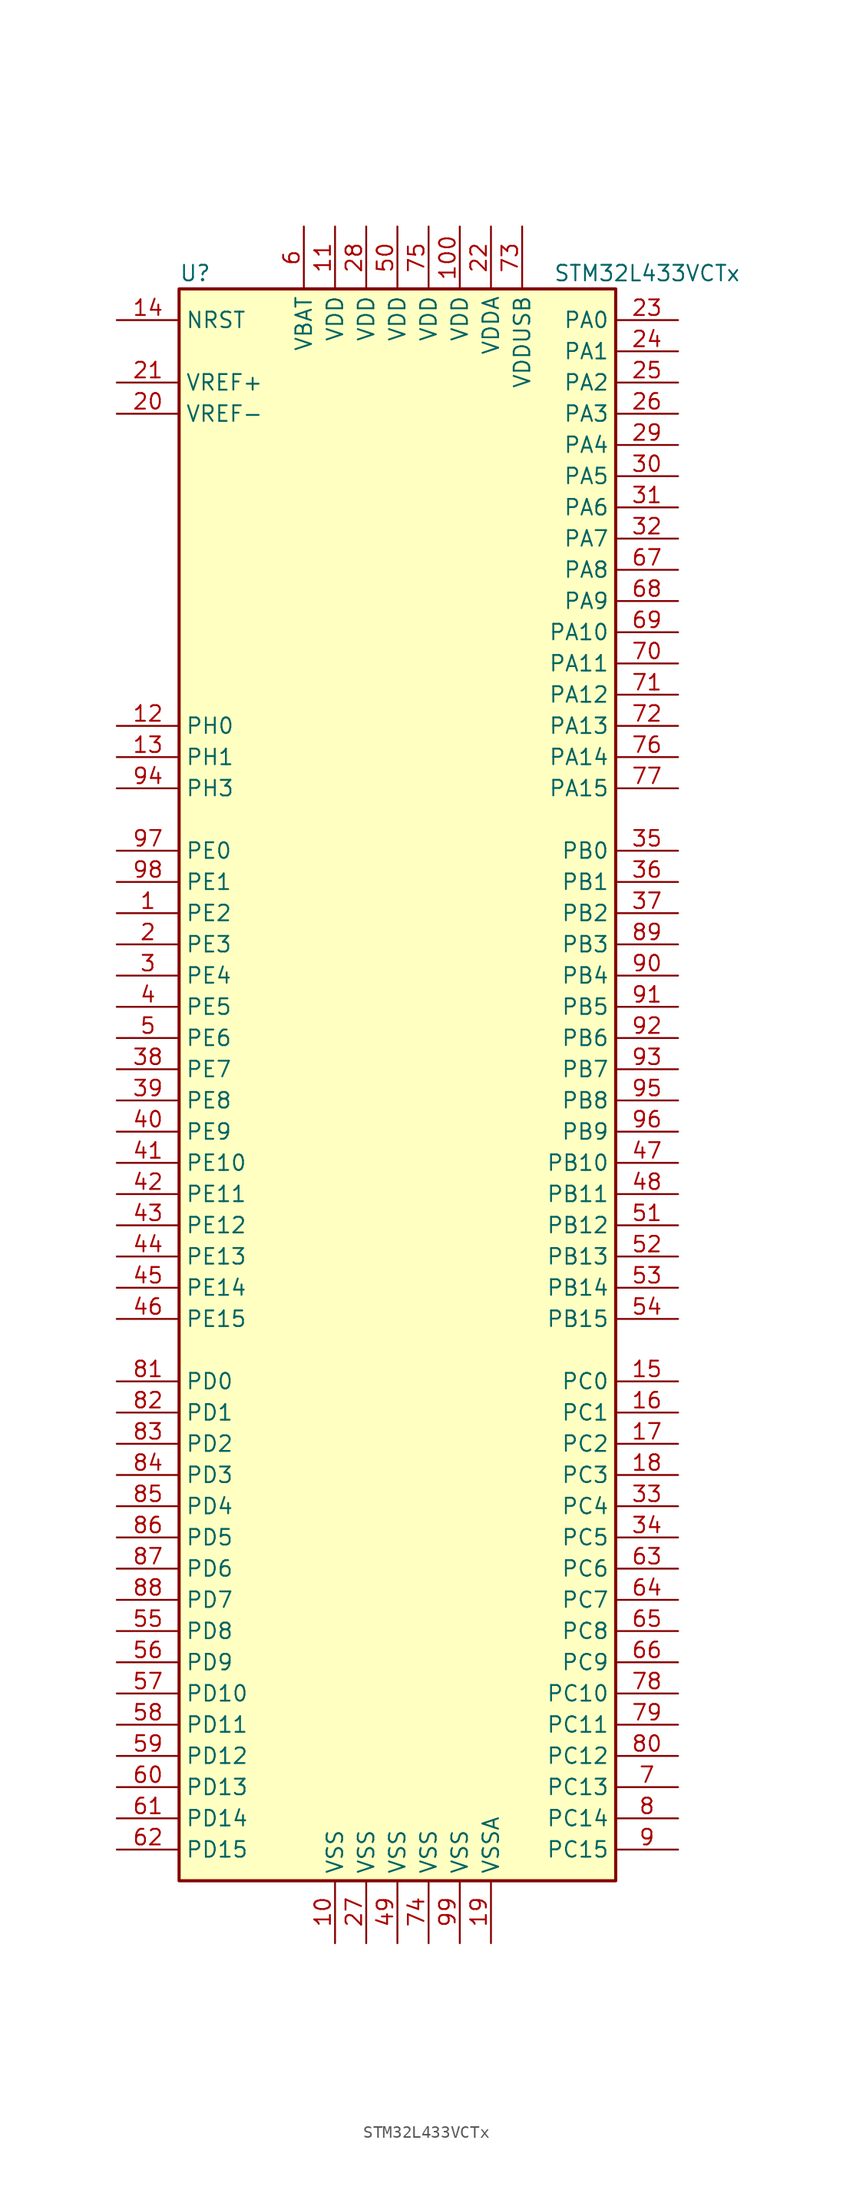
<source format=kicad_sym>
(kicad_symbol_lib
  (version 20201005)
  (generator kicad_symbol_editor)
  (symbol "MCU_ST_STM32L4:STM32L433VCTx"
    (property "Reference" "U"
      (at -17.78 64.77 0)
      (effects (font (size 1.27 1.27)) (justify left)))
    (property "Value" "STM32L433VCTx"
      (at 12.7 64.77 0)
      (effects (font (size 1.27 1.27)) (justify left)))
    (symbol "STM32L433VCTx_0_1"
      (rectangle (start -17.78 -66.04) (end 17.78 63.5) (stroke (width 0.254)) (fill (type background))))
    (symbol "STM32L433VCTx_1_1"
      (pin bidirectional line (at -22.86 12.7 0) (length 5.08) (name "PE2" (effects (font (size 1.27 1.27)))) (number "1" (effects (font (size 1.27 1.27)))))
      (pin power_in line (at -5.08 -71.12 90) (length 5.08) (name "VSS" (effects (font (size 1.27 1.27)))) (number "10" (effects (font (size 1.27 1.27)))))
      (pin power_in line (at 5.08 68.58 270) (length 5.08) (name "VDD" (effects (font (size 1.27 1.27)))) (number "100" (effects (font (size 1.27 1.27)))))
      (pin power_in line (at -5.08 68.58 270) (length 5.08) (name "VDD" (effects (font (size 1.27 1.27)))) (number "11" (effects (font (size 1.27 1.27)))))
      (pin input line (at -22.86 27.94 0) (length 5.08) (name "PH0" (effects (font (size 1.27 1.27)))) (number "12" (effects (font (size 1.27 1.27)))))
      (pin input line (at -22.86 25.4 0) (length 5.08) (name "PH1" (effects (font (size 1.27 1.27)))) (number "13" (effects (font (size 1.27 1.27)))))
      (pin input line (at -22.86 60.96 0) (length 5.08) (name "NRST" (effects (font (size 1.27 1.27)))) (number "14" (effects (font (size 1.27 1.27)))))
      (pin bidirectional line (at 22.86 -25.4 180) (length 5.08) (name "PC0" (effects (font (size 1.27 1.27)))) (number "15" (effects (font (size 1.27 1.27)))))
      (pin bidirectional line (at 22.86 -27.94 180) (length 5.08) (name "PC1" (effects (font (size 1.27 1.27)))) (number "16" (effects (font (size 1.27 1.27)))))
      (pin bidirectional line (at 22.86 -30.48 180) (length 5.08) (name "PC2" (effects (font (size 1.27 1.27)))) (number "17" (effects (font (size 1.27 1.27)))))
      (pin bidirectional line (at 22.86 -33.02 180) (length 5.08) (name "PC3" (effects (font (size 1.27 1.27)))) (number "18" (effects (font (size 1.27 1.27)))))
      (pin power_in line (at 7.62 -71.12 90) (length 5.08) (name "VSSA" (effects (font (size 1.27 1.27)))) (number "19" (effects (font (size 1.27 1.27)))))
      (pin bidirectional line (at -22.86 10.16 0) (length 5.08) (name "PE3" (effects (font (size 1.27 1.27)))) (number "2" (effects (font (size 1.27 1.27)))))
      (pin power_in line (at -22.86 53.34 0) (length 5.08) (name "VREF-" (effects (font (size 1.27 1.27)))) (number "20" (effects (font (size 1.27 1.27)))))
      (pin bidirectional line (at -22.86 55.88 0) (length 5.08) (name "VREF+" (effects (font (size 1.27 1.27)))) (number "21" (effects (font (size 1.27 1.27)))))
      (pin power_in line (at 7.62 68.58 270) (length 5.08) (name "VDDA" (effects (font (size 1.27 1.27)))) (number "22" (effects (font (size 1.27 1.27)))))
      (pin bidirectional line (at 22.86 60.96 180) (length 5.08) (name "PA0" (effects (font (size 1.27 1.27)))) (number "23" (effects (font (size 1.27 1.27)))))
      (pin bidirectional line (at 22.86 58.42 180) (length 5.08) (name "PA1" (effects (font (size 1.27 1.27)))) (number "24" (effects (font (size 1.27 1.27)))))
      (pin bidirectional line (at 22.86 55.88 180) (length 5.08) (name "PA2" (effects (font (size 1.27 1.27)))) (number "25" (effects (font (size 1.27 1.27)))))
      (pin bidirectional line (at 22.86 53.34 180) (length 5.08) (name "PA3" (effects (font (size 1.27 1.27)))) (number "26" (effects (font (size 1.27 1.27)))))
      (pin power_in line (at -2.54 -71.12 90) (length 5.08) (name "VSS" (effects (font (size 1.27 1.27)))) (number "27" (effects (font (size 1.27 1.27)))))
      (pin power_in line (at -2.54 68.58 270) (length 5.08) (name "VDD" (effects (font (size 1.27 1.27)))) (number "28" (effects (font (size 1.27 1.27)))))
      (pin bidirectional line (at 22.86 50.8 180) (length 5.08) (name "PA4" (effects (font (size 1.27 1.27)))) (number "29" (effects (font (size 1.27 1.27)))))
      (pin bidirectional line (at -22.86 7.62 0) (length 5.08) (name "PE4" (effects (font (size 1.27 1.27)))) (number "3" (effects (font (size 1.27 1.27)))))
      (pin bidirectional line (at 22.86 48.26 180) (length 5.08) (name "PA5" (effects (font (size 1.27 1.27)))) (number "30" (effects (font (size 1.27 1.27)))))
      (pin bidirectional line (at 22.86 45.72 180) (length 5.08) (name "PA6" (effects (font (size 1.27 1.27)))) (number "31" (effects (font (size 1.27 1.27)))))
      (pin bidirectional line (at 22.86 43.18 180) (length 5.08) (name "PA7" (effects (font (size 1.27 1.27)))) (number "32" (effects (font (size 1.27 1.27)))))
      (pin bidirectional line (at 22.86 -35.56 180) (length 5.08) (name "PC4" (effects (font (size 1.27 1.27)))) (number "33" (effects (font (size 1.27 1.27)))))
      (pin bidirectional line (at 22.86 -38.1 180) (length 5.08) (name "PC5" (effects (font (size 1.27 1.27)))) (number "34" (effects (font (size 1.27 1.27)))))
      (pin bidirectional line (at 22.86 17.78 180) (length 5.08) (name "PB0" (effects (font (size 1.27 1.27)))) (number "35" (effects (font (size 1.27 1.27)))))
      (pin bidirectional line (at 22.86 15.24 180) (length 5.08) (name "PB1" (effects (font (size 1.27 1.27)))) (number "36" (effects (font (size 1.27 1.27)))))
      (pin bidirectional line (at 22.86 12.7 180) (length 5.08) (name "PB2" (effects (font (size 1.27 1.27)))) (number "37" (effects (font (size 1.27 1.27)))))
      (pin bidirectional line (at -22.86 0 0) (length 5.08) (name "PE7" (effects (font (size 1.27 1.27)))) (number "38" (effects (font (size 1.27 1.27)))))
      (pin bidirectional line (at -22.86 -2.54 0) (length 5.08) (name "PE8" (effects (font (size 1.27 1.27)))) (number "39" (effects (font (size 1.27 1.27)))))
      (pin bidirectional line (at -22.86 5.08 0) (length 5.08) (name "PE5" (effects (font (size 1.27 1.27)))) (number "4" (effects (font (size 1.27 1.27)))))
      (pin bidirectional line (at -22.86 -5.08 0) (length 5.08) (name "PE9" (effects (font (size 1.27 1.27)))) (number "40" (effects (font (size 1.27 1.27)))))
      (pin bidirectional line (at -22.86 -7.62 0) (length 5.08) (name "PE10" (effects (font (size 1.27 1.27)))) (number "41" (effects (font (size 1.27 1.27)))))
      (pin bidirectional line (at -22.86 -10.16 0) (length 5.08) (name "PE11" (effects (font (size 1.27 1.27)))) (number "42" (effects (font (size 1.27 1.27)))))
      (pin bidirectional line (at -22.86 -12.7 0) (length 5.08) (name "PE12" (effects (font (size 1.27 1.27)))) (number "43" (effects (font (size 1.27 1.27)))))
      (pin bidirectional line (at -22.86 -15.24 0) (length 5.08) (name "PE13" (effects (font (size 1.27 1.27)))) (number "44" (effects (font (size 1.27 1.27)))))
      (pin bidirectional line (at -22.86 -17.78 0) (length 5.08) (name "PE14" (effects (font (size 1.27 1.27)))) (number "45" (effects (font (size 1.27 1.27)))))
      (pin bidirectional line (at -22.86 -20.32 0) (length 5.08) (name "PE15" (effects (font (size 1.27 1.27)))) (number "46" (effects (font (size 1.27 1.27)))))
      (pin bidirectional line (at 22.86 -7.62 180) (length 5.08) (name "PB10" (effects (font (size 1.27 1.27)))) (number "47" (effects (font (size 1.27 1.27)))))
      (pin bidirectional line (at 22.86 -10.16 180) (length 5.08) (name "PB11" (effects (font (size 1.27 1.27)))) (number "48" (effects (font (size 1.27 1.27)))))
      (pin power_in line (at 0 -71.12 90) (length 5.08) (name "VSS" (effects (font (size 1.27 1.27)))) (number "49" (effects (font (size 1.27 1.27)))))
      (pin bidirectional line (at -22.86 2.54 0) (length 5.08) (name "PE6" (effects (font (size 1.27 1.27)))) (number "5" (effects (font (size 1.27 1.27)))))
      (pin power_in line (at 0 68.58 270) (length 5.08) (name "VDD" (effects (font (size 1.27 1.27)))) (number "50" (effects (font (size 1.27 1.27)))))
      (pin bidirectional line (at 22.86 -12.7 180) (length 5.08) (name "PB12" (effects (font (size 1.27 1.27)))) (number "51" (effects (font (size 1.27 1.27)))))
      (pin bidirectional line (at 22.86 -15.24 180) (length 5.08) (name "PB13" (effects (font (size 1.27 1.27)))) (number "52" (effects (font (size 1.27 1.27)))))
      (pin bidirectional line (at 22.86 -17.78 180) (length 5.08) (name "PB14" (effects (font (size 1.27 1.27)))) (number "53" (effects (font (size 1.27 1.27)))))
      (pin bidirectional line (at 22.86 -20.32 180) (length 5.08) (name "PB15" (effects (font (size 1.27 1.27)))) (number "54" (effects (font (size 1.27 1.27)))))
      (pin bidirectional line (at -22.86 -45.72 0) (length 5.08) (name "PD8" (effects (font (size 1.27 1.27)))) (number "55" (effects (font (size 1.27 1.27)))))
      (pin bidirectional line (at -22.86 -48.26 0) (length 5.08) (name "PD9" (effects (font (size 1.27 1.27)))) (number "56" (effects (font (size 1.27 1.27)))))
      (pin bidirectional line (at -22.86 -50.8 0) (length 5.08) (name "PD10" (effects (font (size 1.27 1.27)))) (number "57" (effects (font (size 1.27 1.27)))))
      (pin bidirectional line (at -22.86 -53.34 0) (length 5.08) (name "PD11" (effects (font (size 1.27 1.27)))) (number "58" (effects (font (size 1.27 1.27)))))
      (pin bidirectional line (at -22.86 -55.88 0) (length 5.08) (name "PD12" (effects (font (size 1.27 1.27)))) (number "59" (effects (font (size 1.27 1.27)))))
      (pin power_in line (at -7.62 68.58 270) (length 5.08) (name "VBAT" (effects (font (size 1.27 1.27)))) (number "6" (effects (font (size 1.27 1.27)))))
      (pin bidirectional line (at -22.86 -58.42 0) (length 5.08) (name "PD13" (effects (font (size 1.27 1.27)))) (number "60" (effects (font (size 1.27 1.27)))))
      (pin bidirectional line (at -22.86 -60.96 0) (length 5.08) (name "PD14" (effects (font (size 1.27 1.27)))) (number "61" (effects (font (size 1.27 1.27)))))
      (pin bidirectional line (at -22.86 -63.5 0) (length 5.08) (name "PD15" (effects (font (size 1.27 1.27)))) (number "62" (effects (font (size 1.27 1.27)))))
      (pin bidirectional line (at 22.86 -40.64 180) (length 5.08) (name "PC6" (effects (font (size 1.27 1.27)))) (number "63" (effects (font (size 1.27 1.27)))))
      (pin bidirectional line (at 22.86 -43.18 180) (length 5.08) (name "PC7" (effects (font (size 1.27 1.27)))) (number "64" (effects (font (size 1.27 1.27)))))
      (pin bidirectional line (at 22.86 -45.72 180) (length 5.08) (name "PC8" (effects (font (size 1.27 1.27)))) (number "65" (effects (font (size 1.27 1.27)))))
      (pin bidirectional line (at 22.86 -48.26 180) (length 5.08) (name "PC9" (effects (font (size 1.27 1.27)))) (number "66" (effects (font (size 1.27 1.27)))))
      (pin bidirectional line (at 22.86 40.64 180) (length 5.08) (name "PA8" (effects (font (size 1.27 1.27)))) (number "67" (effects (font (size 1.27 1.27)))))
      (pin bidirectional line (at 22.86 38.1 180) (length 5.08) (name "PA9" (effects (font (size 1.27 1.27)))) (number "68" (effects (font (size 1.27 1.27)))))
      (pin bidirectional line (at 22.86 35.56 180) (length 5.08) (name "PA10" (effects (font (size 1.27 1.27)))) (number "69" (effects (font (size 1.27 1.27)))))
      (pin bidirectional line (at 22.86 -58.42 180) (length 5.08) (name "PC13" (effects (font (size 1.27 1.27)))) (number "7" (effects (font (size 1.27 1.27)))))
      (pin bidirectional line (at 22.86 33.02 180) (length 5.08) (name "PA11" (effects (font (size 1.27 1.27)))) (number "70" (effects (font (size 1.27 1.27)))))
      (pin bidirectional line (at 22.86 30.48 180) (length 5.08) (name "PA12" (effects (font (size 1.27 1.27)))) (number "71" (effects (font (size 1.27 1.27)))))
      (pin bidirectional line (at 22.86 27.94 180) (length 5.08) (name "PA13" (effects (font (size 1.27 1.27)))) (number "72" (effects (font (size 1.27 1.27)))))
      (pin power_in line (at 10.16 68.58 270) (length 5.08) (name "VDDUSB" (effects (font (size 1.27 1.27)))) (number "73" (effects (font (size 1.27 1.27)))))
      (pin power_in line (at 2.54 -71.12 90) (length 5.08) (name "VSS" (effects (font (size 1.27 1.27)))) (number "74" (effects (font (size 1.27 1.27)))))
      (pin power_in line (at 2.54 68.58 270) (length 5.08) (name "VDD" (effects (font (size 1.27 1.27)))) (number "75" (effects (font (size 1.27 1.27)))))
      (pin bidirectional line (at 22.86 25.4 180) (length 5.08) (name "PA14" (effects (font (size 1.27 1.27)))) (number "76" (effects (font (size 1.27 1.27)))))
      (pin bidirectional line (at 22.86 22.86 180) (length 5.08) (name "PA15" (effects (font (size 1.27 1.27)))) (number "77" (effects (font (size 1.27 1.27)))))
      (pin bidirectional line (at 22.86 -50.8 180) (length 5.08) (name "PC10" (effects (font (size 1.27 1.27)))) (number "78" (effects (font (size 1.27 1.27)))))
      (pin bidirectional line (at 22.86 -53.34 180) (length 5.08) (name "PC11" (effects (font (size 1.27 1.27)))) (number "79" (effects (font (size 1.27 1.27)))))
      (pin bidirectional line (at 22.86 -60.96 180) (length 5.08) (name "PC14" (effects (font (size 1.27 1.27)))) (number "8" (effects (font (size 1.27 1.27)))))
      (pin bidirectional line (at 22.86 -55.88 180) (length 5.08) (name "PC12" (effects (font (size 1.27 1.27)))) (number "80" (effects (font (size 1.27 1.27)))))
      (pin bidirectional line (at -22.86 -25.4 0) (length 5.08) (name "PD0" (effects (font (size 1.27 1.27)))) (number "81" (effects (font (size 1.27 1.27)))))
      (pin bidirectional line (at -22.86 -27.94 0) (length 5.08) (name "PD1" (effects (font (size 1.27 1.27)))) (number "82" (effects (font (size 1.27 1.27)))))
      (pin bidirectional line (at -22.86 -30.48 0) (length 5.08) (name "PD2" (effects (font (size 1.27 1.27)))) (number "83" (effects (font (size 1.27 1.27)))))
      (pin bidirectional line (at -22.86 -33.02 0) (length 5.08) (name "PD3" (effects (font (size 1.27 1.27)))) (number "84" (effects (font (size 1.27 1.27)))))
      (pin bidirectional line (at -22.86 -35.56 0) (length 5.08) (name "PD4" (effects (font (size 1.27 1.27)))) (number "85" (effects (font (size 1.27 1.27)))))
      (pin bidirectional line (at -22.86 -38.1 0) (length 5.08) (name "PD5" (effects (font (size 1.27 1.27)))) (number "86" (effects (font (size 1.27 1.27)))))
      (pin bidirectional line (at -22.86 -40.64 0) (length 5.08) (name "PD6" (effects (font (size 1.27 1.27)))) (number "87" (effects (font (size 1.27 1.27)))))
      (pin bidirectional line (at -22.86 -43.18 0) (length 5.08) (name "PD7" (effects (font (size 1.27 1.27)))) (number "88" (effects (font (size 1.27 1.27)))))
      (pin bidirectional line (at 22.86 10.16 180) (length 5.08) (name "PB3" (effects (font (size 1.27 1.27)))) (number "89" (effects (font (size 1.27 1.27)))))
      (pin bidirectional line (at 22.86 -63.5 180) (length 5.08) (name "PC15" (effects (font (size 1.27 1.27)))) (number "9" (effects (font (size 1.27 1.27)))))
      (pin bidirectional line (at 22.86 7.62 180) (length 5.08) (name "PB4" (effects (font (size 1.27 1.27)))) (number "90" (effects (font (size 1.27 1.27)))))
      (pin bidirectional line (at 22.86 5.08 180) (length 5.08) (name "PB5" (effects (font (size 1.27 1.27)))) (number "91" (effects (font (size 1.27 1.27)))))
      (pin bidirectional line (at 22.86 2.54 180) (length 5.08) (name "PB6" (effects (font (size 1.27 1.27)))) (number "92" (effects (font (size 1.27 1.27)))))
      (pin bidirectional line (at 22.86 0 180) (length 5.08) (name "PB7" (effects (font (size 1.27 1.27)))) (number "93" (effects (font (size 1.27 1.27)))))
      (pin bidirectional line (at -22.86 22.86 0) (length 5.08) (name "PH3" (effects (font (size 1.27 1.27)))) (number "94" (effects (font (size 1.27 1.27)))))
      (pin bidirectional line (at 22.86 -2.54 180) (length 5.08) (name "PB8" (effects (font (size 1.27 1.27)))) (number "95" (effects (font (size 1.27 1.27)))))
      (pin bidirectional line (at 22.86 -5.08 180) (length 5.08) (name "PB9" (effects (font (size 1.27 1.27)))) (number "96" (effects (font (size 1.27 1.27)))))
      (pin bidirectional line (at -22.86 17.78 0) (length 5.08) (name "PE0" (effects (font (size 1.27 1.27)))) (number "97" (effects (font (size 1.27 1.27)))))
      (pin bidirectional line (at -22.86 15.24 0) (length 5.08) (name "PE1" (effects (font (size 1.27 1.27)))) (number "98" (effects (font (size 1.27 1.27)))))
      (pin power_in line (at 5.08 -71.12 90) (length 5.08) (name "VSS" (effects (font (size 1.27 1.27)))) (number "99" (effects (font (size 1.27 1.27))))))))
</source>
